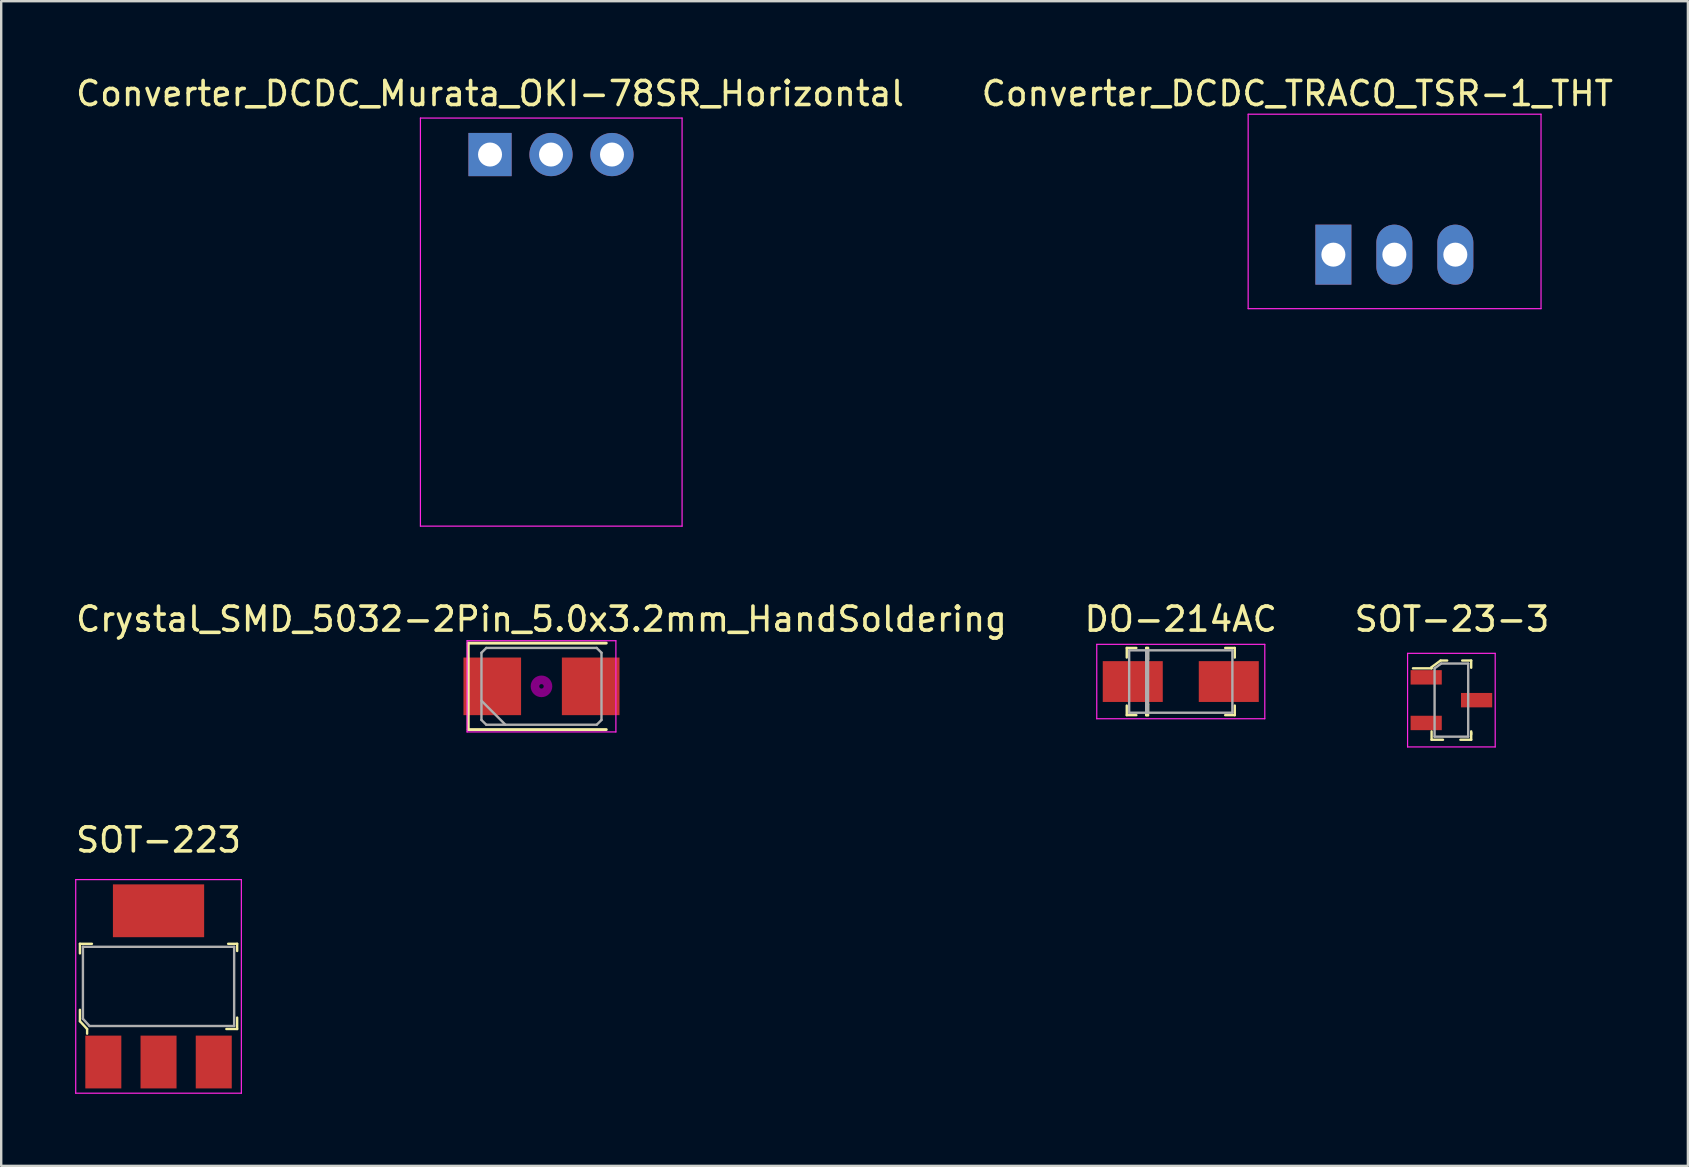
<source format=kicad_pcb>
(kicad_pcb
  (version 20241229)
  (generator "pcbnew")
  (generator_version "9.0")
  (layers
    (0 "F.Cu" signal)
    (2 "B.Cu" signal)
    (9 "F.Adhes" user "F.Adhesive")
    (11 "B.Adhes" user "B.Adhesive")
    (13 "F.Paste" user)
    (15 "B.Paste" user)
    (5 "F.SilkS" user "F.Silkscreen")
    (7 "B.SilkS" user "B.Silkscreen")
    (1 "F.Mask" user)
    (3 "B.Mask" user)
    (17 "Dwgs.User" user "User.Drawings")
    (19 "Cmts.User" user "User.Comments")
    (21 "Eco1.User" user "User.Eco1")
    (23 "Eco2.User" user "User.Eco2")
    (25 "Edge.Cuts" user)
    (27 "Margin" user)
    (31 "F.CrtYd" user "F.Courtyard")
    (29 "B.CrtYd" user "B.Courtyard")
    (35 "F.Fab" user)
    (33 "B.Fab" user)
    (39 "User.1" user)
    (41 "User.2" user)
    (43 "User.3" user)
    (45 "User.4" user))
  (footprint "SOT-23-3"
    (layer "F.Cu")
    (at 57.41 26.116)
    (property "Reference" "SOT-23-3" (at 0.025 -3.375 180) (layer "F.SilkS") (effects (font (size 1 1) (thickness 0.15))))
    (attr smd)
    (fp_line (start -0.825 -1.375) (end -0.825 -1.325) (stroke (width 0.1) (type solid)) (layer "F.SilkS"))
    (fp_line (start -0.825 -1.325) (end -1.6 -1.325) (stroke (width 0.1) (type solid)) (layer "F.SilkS"))
    (fp_line (start -0.825 1.65) (end -0.825 1.3) (stroke (width 0.1) (type solid)) (layer "F.SilkS"))
    (fp_line (start -0.45 -1.65) (end -0.825 -1.375) (stroke (width 0.1) (type solid)) (layer "F.SilkS"))
    (fp_line (start -0.35 1.65) (end -0.825 1.65) (stroke (width 0.1) (type solid)) (layer "F.SilkS"))
    (fp_line (start -0.175 -1.65) (end -0.45 -1.65) (stroke (width 0.1) (type solid)) (layer "F.SilkS"))
    (fp_line (start 0.45 -1.65) (end 0.825 -1.65) (stroke (width 0.1) (type solid)) (layer "F.SilkS"))
    (fp_line (start 0.825 -1.65) (end 0.825 -1.35) (stroke (width 0.1) (type solid)) (layer "F.SilkS"))
    (fp_line (start 0.825 1.35) (end 0.825 1.65) (stroke (width 0.1) (type solid)) (layer "F.SilkS"))
    (fp_line (start 0.825 1.425) (end 0.825 1.3) (stroke (width 0.1) (type solid)) (layer "F.SilkS"))
    (fp_line (start 0.825 1.65) (end 0.375 1.65) (stroke (width 0.1) (type solid)) (layer "F.SilkS"))
    (fp_line (start -1.825 -1.95) (end -1.825 1.95) (stroke (width 0.05) (type solid)) (layer "F.CrtYd"))
    (fp_line (start -1.825 -1.95) (end 1.825 -1.95) (stroke (width 0.05) (type solid)) (layer "F.CrtYd"))
    (fp_line (start 1.825 -1.95) (end 1.825 1.95) (stroke (width 0.05) (type solid)) (layer "F.CrtYd"))
    (fp_line (start 1.825 1.95) (end -1.825 1.95) (stroke (width 0.05) (type solid)) (layer "F.CrtYd"))
    (fp_line (start -0.7 -1.325) (end -0.7 1.525) (stroke (width 0.1) (type solid)) (layer "F.Fab"))
    (fp_line (start -0.7 1.52) (end 0.7 1.52) (stroke (width 0.1) (type solid)) (layer "F.Fab"))
    (fp_line (start -0.425 -1.525) (end -0.7 -1.325) (stroke (width 0.1) (type solid)) (layer "F.Fab"))
    (fp_line (start -0.425 -1.525) (end 0.7 -1.525) (stroke (width 0.1) (type solid)) (layer "F.Fab"))
    (fp_line (start 0.7 1.52) (end 0.7 -1.52) (stroke (width 0.1) (type solid)) (layer "F.Fab"))
    (pad "1" smd rect (at -1.05 -0.95) (size 1.3 0.6) (layers "F.Cu" "F.Mask" "F.Paste"))
    (pad "2" smd rect (at -1.05 0.95) (size 1.3 0.6) (layers "F.Cu" "F.Mask" "F.Paste"))
    (pad "3" smd rect (at 1.05 0) (size 1.3 0.6) (layers "F.Cu" "F.Mask" "F.Paste")))
  (footprint "Converter_DCDC_Murata_OKI-78SR_Horizontal"
    (layer "F.Cu")
    (at 17.363 3.388)
    (property "Reference" "Converter_DCDC_Murata_OKI-78SR_Horizontal" (at 0 -2.54 180) (layer "F.SilkS") (effects (font (size 1 1) (thickness 0.15))))
    (attr through_hole)
    (fp_line (start -2.9 -1.52) (end -2.9 15.48) (stroke (width 0.05) (type solid)) (layer "F.CrtYd"))
    (fp_line (start -2.9 15.48) (end 8 15.48) (stroke (width 0.05) (type solid)) (layer "F.CrtYd"))
    (fp_line (start 8 -1.52) (end -2.9 -1.52) (stroke (width 0.05) (type solid)) (layer "F.CrtYd"))
    (fp_line (start 8 15.48) (end 8 -1.52) (stroke (width 0.05) (type solid)) (layer "F.CrtYd"))
    (pad "1" thru_hole rect (at 0 0 180) (size 1.8 1.8) (drill 1) (layers "*.Cu" "*.Mask"))
    (pad "2" thru_hole circle (at 2.54 0 180) (size 1.8 1.8) (drill 1) (layers "*.Cu" "*.Mask"))
    (pad "3" thru_hole circle (at 5.08 0 180) (size 1.8 1.8) (drill 1) (layers "*.Cu" "*.Mask")))
  (footprint "DO-214AC"
    (layer "F.Cu")
    (at 46.137 25.341)
    (property "Reference" "DO-214AC" (at 0 -2.6 180) (layer "F.SilkS") (effects (font (size 1 1) (thickness 0.15))))
    (attr smd)
    (fp_line (start -2.25 -1.4) (end -2.25 -1) (stroke (width 0.1) (type solid)) (layer "F.SilkS"))
    (fp_line (start -2.25 -1.4) (end -1.85 -1.4) (stroke (width 0.1) (type solid)) (layer "F.SilkS"))
    (fp_line (start -2.25 1.4) (end -2.25 1) (stroke (width 0.1) (type solid)) (layer "F.SilkS"))
    (fp_line (start -2.25 1.4) (end -1.85 1.4) (stroke (width 0.1) (type solid)) (layer "F.SilkS"))
    (fp_line (start -1.44 -1.4) (end -1.44 -0.935) (stroke (width 0.1) (type solid)) (layer "F.SilkS"))
    (fp_line (start -1.44 -0.935) (end -1.364 -0.935) (stroke (width 0.1) (type solid)) (layer "F.SilkS"))
    (fp_line (start -1.44 0.942) (end -1.364 0.942) (stroke (width 0.1) (type solid)) (layer "F.SilkS"))
    (fp_line (start -1.44 1.402) (end -1.44 0.942) (stroke (width 0.1) (type solid)) (layer "F.SilkS"))
    (fp_line (start -1.364 -1.4) (end -1.44 -1.4) (stroke (width 0.1) (type solid)) (layer "F.SilkS"))
    (fp_line (start -1.364 -0.935) (end -1.364 -1.4) (stroke (width 0.1) (type solid)) (layer "F.SilkS"))
    (fp_line (start -1.364 0.942) (end -1.364 1.402) (stroke (width 0.1) (type solid)) (layer "F.SilkS"))
    (fp_line (start -1.364 1.402) (end -1.44 1.402) (stroke (width 0.1) (type solid)) (layer "F.SilkS"))
    (fp_line (start 2.25 -1.4) (end 1.85 -1.4) (stroke (width 0.1) (type solid)) (layer "F.SilkS"))
    (fp_line (start 2.25 -1.4) (end 2.25 -1) (stroke (width 0.1) (type solid)) (layer "F.SilkS"))
    (fp_line (start 2.25 1.4) (end 1.85 1.4) (stroke (width 0.1) (type solid)) (layer "F.SilkS"))
    (fp_line (start 2.25 1.4) (end 2.25 1) (stroke (width 0.1) (type solid)) (layer "F.SilkS"))
    (fp_line (start -3.5 -1.55) (end -3.5 1.55) (stroke (width 0.05) (type solid)) (layer "F.CrtYd"))
    (fp_line (start -3.5 -1.55) (end 3.5 -1.55) (stroke (width 0.05) (type solid)) (layer "F.CrtYd"))
    (fp_line (start -3.5 1.55) (end 3.5 1.55) (stroke (width 0.05) (type solid)) (layer "F.CrtYd"))
    (fp_line (start 3.5 -1.55) (end 3.5 1.55) (stroke (width 0.05) (type solid)) (layer "F.CrtYd"))
    (fp_line (start -2.15 -1.3) (end -2.15 1.3) (stroke (width 0.1) (type solid)) (layer "F.Fab"))
    (fp_line (start -2.15 -1.3) (end 2.15 -1.3) (stroke (width 0.1) (type solid)) (layer "F.Fab"))
    (fp_line (start -2.15 1.3) (end 2.15 1.3) (stroke (width 0.1) (type solid)) (layer "F.Fab"))
    (fp_line (start -1.44 -1.3) (end -1.44 1.3) (stroke (width 0.1) (type solid)) (layer "F.Fab"))
    (fp_line (start -1.44 1.3) (end -1.364 1.3) (stroke (width 0.1) (type solid)) (layer "F.Fab"))
    (fp_line (start -1.364 1.3) (end -1.361 -1.3) (stroke (width 0.1) (type solid)) (layer "F.Fab"))
    (fp_line (start -1.361 -1.3) (end -1.44 -1.3) (stroke (width 0.1) (type solid)) (layer "F.Fab"))
    (fp_line (start 2.15 -1.3) (end 2.15 1.3) (stroke (width 0.1) (type solid)) (layer "F.Fab"))
    (pad "A" smd rect (at 2 0) (size 2.5 1.7) (layers "F.Cu" "F.Mask" "F.Paste"))
    (pad "K" smd rect (at -2 0) (size 2.5 1.7) (layers "F.Cu" "F.Mask" "F.Paste")))
  (footprint "Converter_DCDC_TRACO_TSR-1_THT"
    (layer "F.Cu")
    (at 52.494 7.558)
    (property "Reference" "Converter_DCDC_TRACO_TSR-1_THT" (at -1.5 -6.71 180) (layer "F.SilkS") (effects (font (size 1 1) (thickness 0.15))))
    (attr through_hole)
    (fp_line (start -3.55 -5.85) (end 8.65 -5.85) (stroke (width 0.05) (type solid)) (layer "F.CrtYd"))
    (fp_line (start -3.55 2.25) (end -3.55 -5.85) (stroke (width 0.05) (type solid)) (layer "F.CrtYd"))
    (fp_line (start 8.65 -5.85) (end 8.65 2.25) (stroke (width 0.05) (type solid)) (layer "F.CrtYd"))
    (fp_line (start 8.65 2.25) (end -3.55 2.25) (stroke (width 0.05) (type solid)) (layer "F.CrtYd"))
    (pad "1" thru_hole rect (at 0 0) (size 1.5 2.5) (drill 1) (layers "*.Cu" "*.Mask"))
    (pad "2" thru_hole oval (at 2.54 0) (size 1.5 2.5) (drill 1) (layers "*.Cu" "*.Mask"))
    (pad "3" thru_hole oval (at 5.08 0) (size 1.5 2.5) (drill 1) (layers "*.Cu" "*.Mask")))
  (footprint "Crystal_SMD_5032-2Pin_5.0x3.2mm_HandSoldering"
    (layer "F.Cu")
    (at 19.506 25.541)
    (property "Reference" "Crystal_SMD_5032-2Pin_5.0x3.2mm_HandSoldering" (at 0 -2.8 0) (layer "F.SilkS") (effects (font (size 1 1) (thickness 0.15))))
    (attr smd)
    (fp_line (start -3.05 -1.8) (end -3.05 1.8) (stroke (width 0.12) (type solid)) (layer "F.SilkS"))
    (fp_line (start -3.05 1.8) (end 2.7 1.8) (stroke (width 0.12) (type solid)) (layer "F.SilkS"))
    (fp_line (start 2.7 -1.8) (end -3.05 -1.8) (stroke (width 0.12) (type solid)) (layer "F.SilkS"))
    (fp_circle (center 0 0) (end 0.093 0) (stroke (width 0.187) (type solid)) (fill no) (layer "F.Adhes"))
    (fp_circle (center 0 0) (end 0.213 0) (stroke (width 0.133) (type solid)) (fill no) (layer "F.Adhes"))
    (fp_circle (center 0 0) (end 0.333 0) (stroke (width 0.133) (type solid)) (fill no) (layer "F.Adhes"))
    (fp_circle (center 0 0) (end 0.4 0) (stroke (width 0.1) (type solid)) (fill no) (layer "F.Adhes"))
    (fp_line (start -3.1 -1.9) (end -3.1 1.9) (stroke (width 0.05) (type solid)) (layer "F.CrtYd"))
    (fp_line (start -3.1 1.9) (end 3.1 1.9) (stroke (width 0.05) (type solid)) (layer "F.CrtYd"))
    (fp_line (start 3.1 -1.9) (end -3.1 -1.9) (stroke (width 0.05) (type solid)) (layer "F.CrtYd"))
    (fp_line (start 3.1 1.9) (end 3.1 -1.9) (stroke (width 0.05) (type solid)) (layer "F.CrtYd"))
    (fp_line (start -2.5 -1.4) (end -2.3 -1.6) (stroke (width 0.1) (type solid)) (layer "F.Fab"))
    (fp_line (start -2.5 0.6) (end -1.5 1.6) (stroke (width 0.1) (type solid)) (layer "F.Fab"))
    (fp_line (start -2.5 1.4) (end -2.5 -1.4) (stroke (width 0.1) (type solid)) (layer "F.Fab"))
    (fp_line (start -2.3 -1.6) (end 2.3 -1.6) (stroke (width 0.1) (type solid)) (layer "F.Fab"))
    (fp_line (start -2.3 1.6) (end -2.5 1.4) (stroke (width 0.1) (type solid)) (layer "F.Fab"))
    (fp_line (start 2.3 -1.6) (end 2.5 -1.4) (stroke (width 0.1) (type solid)) (layer "F.Fab"))
    (fp_line (start 2.3 1.6) (end -2.3 1.6) (stroke (width 0.1) (type solid)) (layer "F.Fab"))
    (fp_line (start 2.5 -1.4) (end 2.5 1.4) (stroke (width 0.1) (type solid)) (layer "F.Fab"))
    (fp_line (start 2.5 1.4) (end 2.3 1.6) (stroke (width 0.1) (type solid)) (layer "F.Fab"))
    (pad "1" smd rect (at -2.05 0) (size 2.4 2.4) (layers "F.Cu" "F.Mask" "F.Paste"))
    (pad "2" smd rect (at 2.05 0) (size 2.4 2.4) (layers "F.Cu" "F.Mask" "F.Paste")))
  (footprint "SOT-223"
    (layer "F.Cu")
    (at 3.554 38.04)
    (property "Reference" "SOT-223" (at 0 -6.1 0) (layer "F.SilkS") (effects (font (size 1 1) (thickness 0.15))))
    (attr smd)
    (fp_line (start -3.275 -1.775) (end -3.275 -1.375) (stroke (width 0.1) (type solid)) (layer "F.SilkS"))
    (fp_line (start -3.275 0.975) (end -3.275 1.45) (stroke (width 0.1) (type solid)) (layer "F.SilkS"))
    (fp_line (start -3.275 1.45) (end -2.975 1.775) (stroke (width 0.1) (type solid)) (layer "F.SilkS"))
    (fp_line (start -2.975 1.775) (end -2.975 1.97) (stroke (width 0.1) (type solid)) (layer "F.SilkS"))
    (fp_line (start -2.775 -1.775) (end -3.275 -1.775) (stroke (width 0.1) (type solid)) (layer "F.SilkS"))
    (fp_line (start 2.9 -1.775) (end 3.275 -1.775) (stroke (width 0.1) (type solid)) (layer "F.SilkS"))
    (fp_line (start 3.275 -1.775) (end 3.275 -1.475) (stroke (width 0.1) (type solid)) (layer "F.SilkS"))
    (fp_line (start 3.275 1.3) (end 3.275 1.775) (stroke (width 0.1) (type solid)) (layer "F.SilkS"))
    (fp_line (start 3.275 1.775) (end 2.825 1.775) (stroke (width 0.1) (type solid)) (layer "F.SilkS"))
    (fp_line (start -3.45 -4.45) (end -3.45 4.45) (stroke (width 0.05) (type solid)) (layer "F.CrtYd"))
    (fp_line (start -3.45 4.45) (end 3.45 4.45) (stroke (width 0.05) (type solid)) (layer "F.CrtYd"))
    (fp_line (start 3.45 -4.45) (end -3.45 -4.45) (stroke (width 0.05) (type solid)) (layer "F.CrtYd"))
    (fp_line (start 3.45 -4.45) (end 3.45 4.45) (stroke (width 0.05) (type solid)) (layer "F.CrtYd"))
    (fp_line (start -3.15 -1.65) (end 3.15 -1.65) (stroke (width 0.1) (type solid)) (layer "F.Fab"))
    (fp_line (start -3.15 1.35) (end -3.15 -1.65) (stroke (width 0.1) (type solid)) (layer "F.Fab"))
    (fp_line (start -3.15 1.35) (end -2.875 1.65) (stroke (width 0.1) (type solid)) (layer "F.Fab"))
    (fp_line (start 3.15 -1.65) (end 3.15 1.65) (stroke (width 0.1) (type solid)) (layer "F.Fab"))
    (fp_line (start 3.15 1.65) (end -2.875 1.65) (stroke (width 0.1) (type solid)) (layer "F.Fab"))
    (pad "1" smd rect (at -2.3 3.15) (size 1.5 2.2) (layers "F.Cu" "F.Mask" "F.Paste"))
    (pad "2" smd rect (at 0 3.15) (size 1.5 2.2) (layers "F.Cu" "F.Mask" "F.Paste"))
    (pad "3" smd rect (at 2.3 3.15) (size 1.5 2.2) (layers "F.Cu" "F.Mask" "F.Paste"))
    (pad "4" smd rect (at 0 -3.15) (size 3.8 2.2) (layers "F.Cu" "F.Mask" "F.Paste")))
  (gr_rect
    (start -3 -3)
    (end 67.262 45.515)
    (stroke (width 0.1) (type default))
    (fill no)
    (layer "Edge.Cuts")))
</source>
